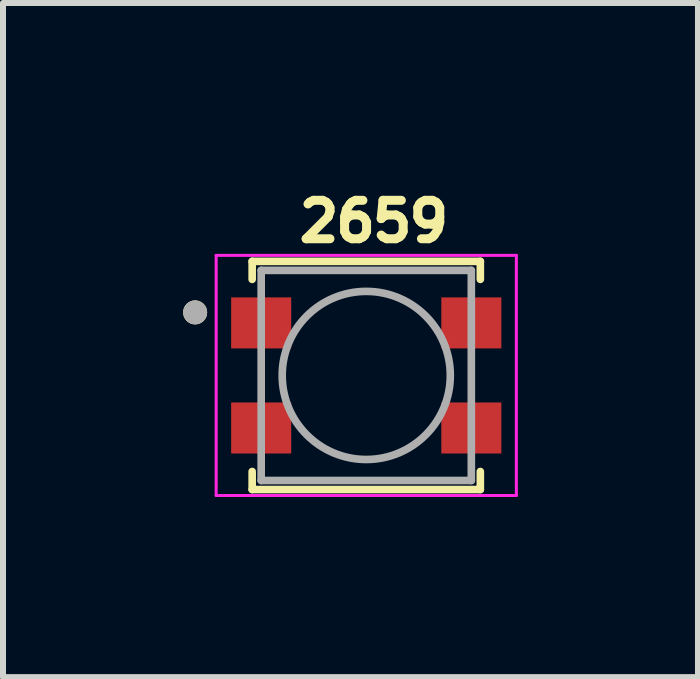
<source format=kicad_pcb>
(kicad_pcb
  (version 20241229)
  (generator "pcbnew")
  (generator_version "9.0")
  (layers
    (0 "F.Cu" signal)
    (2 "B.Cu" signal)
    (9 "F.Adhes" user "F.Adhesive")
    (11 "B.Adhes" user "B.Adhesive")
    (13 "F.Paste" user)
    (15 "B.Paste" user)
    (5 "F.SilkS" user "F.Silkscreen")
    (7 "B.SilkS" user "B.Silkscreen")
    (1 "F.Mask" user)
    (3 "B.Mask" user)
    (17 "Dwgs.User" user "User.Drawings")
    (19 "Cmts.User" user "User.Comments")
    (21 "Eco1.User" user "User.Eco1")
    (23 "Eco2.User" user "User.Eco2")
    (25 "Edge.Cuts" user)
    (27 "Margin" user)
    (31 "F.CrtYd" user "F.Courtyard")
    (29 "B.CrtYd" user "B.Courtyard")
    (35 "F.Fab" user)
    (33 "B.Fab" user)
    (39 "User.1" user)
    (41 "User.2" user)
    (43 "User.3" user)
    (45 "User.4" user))
  (footprint "2659"
    (layer "F.Cu")
    (at 3.05 3.203)
    (property "Reference" "2659" (at 0.127 -2.565 0) (layer "F.SilkS") (effects (font (size 0.64 0.64) (thickness 0.15))))
    (attr smd)
    (fp_line (start -1.9 -1.9) (end 1.9 -1.9) (stroke (width 0.127) (type solid)) (layer "F.SilkS"))
    (fp_line (start -1.9 -1.6) (end -1.9 -1.9) (stroke (width 0.127) (type solid)) (layer "F.SilkS"))
    (fp_line (start -1.9 1.6) (end -1.9 1.9) (stroke (width 0.127) (type solid)) (layer "F.SilkS"))
    (fp_line (start -1.9 1.9) (end 1.9 1.9) (stroke (width 0.127) (type solid)) (layer "F.SilkS"))
    (fp_line (start 1.9 -1.9) (end 1.9 -1.6) (stroke (width 0.127) (type solid)) (layer "F.SilkS"))
    (fp_line (start 1.9 1.9) (end 1.9 1.6) (stroke (width 0.127) (type solid)) (layer "F.SilkS"))
    (fp_circle (center -2.85 -1.05) (end -2.75 -1.05) (stroke (width 0.2) (type solid)) (fill no) (layer "F.SilkS"))
    (fp_line (start -2.5 -2) (end 2.5 -2) (stroke (width 0.05) (type solid)) (layer "F.CrtYd"))
    (fp_line (start -2.5 2) (end -2.5 -2) (stroke (width 0.05) (type solid)) (layer "F.CrtYd"))
    (fp_line (start 2.5 -2) (end 2.5 2) (stroke (width 0.05) (type solid)) (layer "F.CrtYd"))
    (fp_line (start 2.5 2) (end -2.5 2) (stroke (width 0.05) (type solid)) (layer "F.CrtYd"))
    (fp_line (start -1.75 -1.75) (end 1.75 -1.75) (stroke (width 0.127) (type solid)) (layer "F.Fab"))
    (fp_line (start -1.75 1.75) (end -1.75 -1.75) (stroke (width 0.127) (type solid)) (layer "F.Fab"))
    (fp_line (start 1.75 -1.75) (end 1.75 1.75) (stroke (width 0.127) (type solid)) (layer "F.Fab"))
    (fp_line (start 1.75 1.75) (end -1.75 1.75) (stroke (width 0.127) (type solid)) (layer "F.Fab"))
    (fp_circle (center -2.85 -1.05) (end -2.75 -1.05) (stroke (width 0.2) (type solid)) (fill no) (layer "F.Fab"))
    (fp_circle (center 0 0) (end 1.4 0) (stroke (width 0.127) (type solid)) (fill no) (layer "F.Fab"))
    (pad "1" smd rect (at -1.75 -0.875 90) (size 0.85 1) (layers "F.Cu" "F.Mask" "F.Paste"))
    (pad "2" smd rect (at -1.75 0.875 90) (size 0.85 1) (layers "F.Cu" "F.Mask" "F.Paste"))
    (pad "3" smd rect (at 1.75 0.875 90) (size 0.85 1) (layers "F.Cu" "F.Mask" "F.Paste"))
    (pad "4" smd rect (at 1.75 -0.875 90) (size 0.85 1) (layers "F.Cu" "F.Mask" "F.Paste")))
  (gr_rect
    (start -3 -3)
    (end 8.575 8.228)
    (stroke (width 0.1) (type default))
    (fill no)
    (layer "Edge.Cuts")))
</source>
